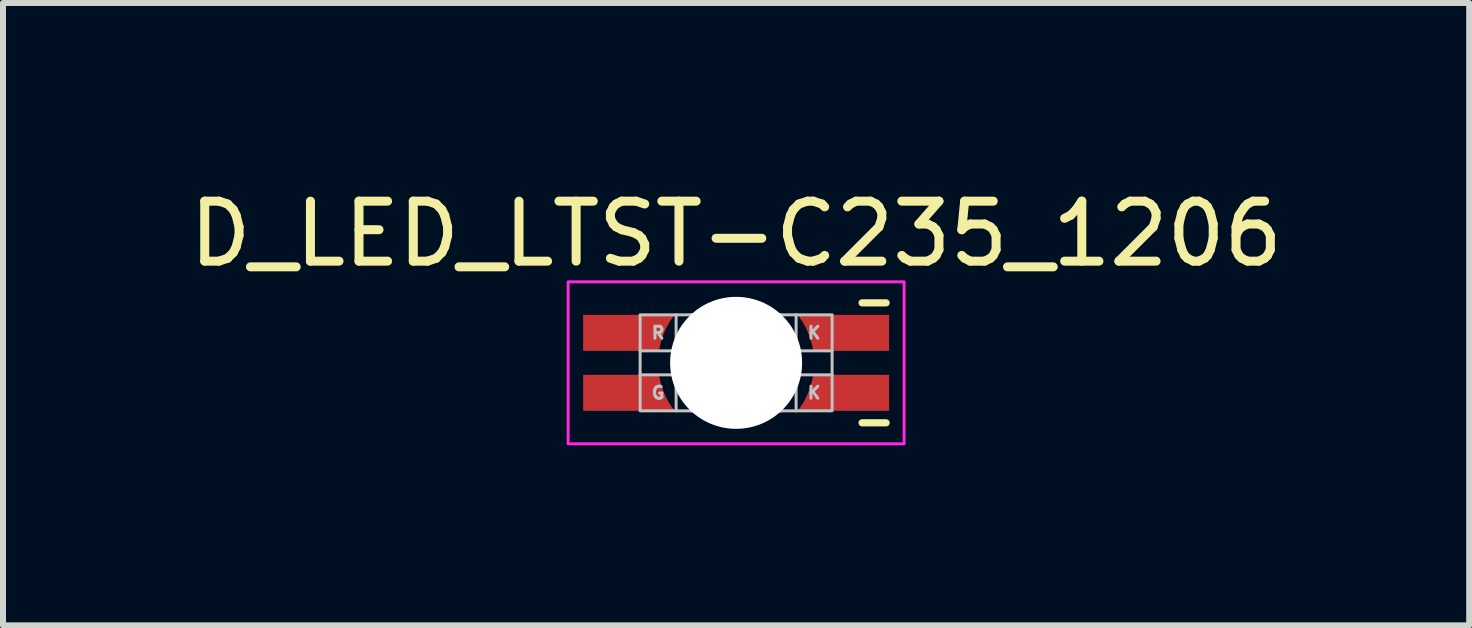
<source format=kicad_pcb>
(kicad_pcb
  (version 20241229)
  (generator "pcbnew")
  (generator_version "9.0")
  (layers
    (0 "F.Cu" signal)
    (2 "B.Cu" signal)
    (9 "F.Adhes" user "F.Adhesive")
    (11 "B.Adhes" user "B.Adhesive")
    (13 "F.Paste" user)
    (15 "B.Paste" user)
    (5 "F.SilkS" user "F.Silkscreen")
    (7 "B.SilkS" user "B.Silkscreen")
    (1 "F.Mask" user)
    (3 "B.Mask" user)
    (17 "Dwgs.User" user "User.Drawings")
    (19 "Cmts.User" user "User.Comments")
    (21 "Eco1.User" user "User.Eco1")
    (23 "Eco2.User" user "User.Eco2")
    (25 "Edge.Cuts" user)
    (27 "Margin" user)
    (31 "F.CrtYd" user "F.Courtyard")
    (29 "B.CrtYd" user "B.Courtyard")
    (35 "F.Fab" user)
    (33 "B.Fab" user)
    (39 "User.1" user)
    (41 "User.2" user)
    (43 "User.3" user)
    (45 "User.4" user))
  (footprint "D_LED_LTST-C235_1206"
    (layer "F.Cu")
    (at 9.22 2.998)
    (property "Reference" "D_LED_LTST-C235_1206" (at 0 -2.15 0) (unlocked yes) (layer "F.SilkS") (effects (font (size 1 1) (thickness 0.15))))
    (attr smd)
    (fp_line (start 2.5 -1) (end 2.1 -1) (stroke (width 0.12) (type solid)) (layer "F.SilkS"))
    (fp_line (start 2.5 1) (end 2.1 1) (stroke (width 0.12) (type solid)) (layer "F.SilkS"))
    (fp_line (start -1.6 -0.2) (end -1 -0.2) (stroke (width 0.05) (type solid)) (layer "Dwgs.User"))
    (fp_line (start -1 -0.2) (end -1 -0.8) (stroke (width 0.05) (type solid)) (layer "Dwgs.User"))
    (fp_line (start -1 0.2) (end -1.6 0.2) (stroke (width 0.05) (type solid)) (layer "Dwgs.User"))
    (fp_line (start -1 0.8) (end -1 0.2) (stroke (width 0.05) (type solid)) (layer "Dwgs.User"))
    (fp_line (start 1 -0.8) (end 1 -0.2) (stroke (width 0.05) (type solid)) (layer "Dwgs.User"))
    (fp_line (start 1 -0.2) (end 1.6 -0.2) (stroke (width 0.05) (type solid)) (layer "Dwgs.User"))
    (fp_line (start 1 0.2) (end 1 0.8) (stroke (width 0.05) (type solid)) (layer "Dwgs.User"))
    (fp_line (start 1.6 0.2) (end 1 0.2) (stroke (width 0.05) (type solid)) (layer "Dwgs.User"))
    (fp_rect (start -1.6 -0.8) (end 1.6 0.8) (stroke (width 0.05) (type solid)) (fill no) (layer "Dwgs.User"))
    (fp_rect (start -0.75 -0.8) (end 0.75 0.8) (stroke (width 0.05) (type solid)) (fill no) (layer "Dwgs.User"))
    (fp_rect (start -2.8 -1.35) (end 2.8 1.35) (stroke (width 0.05) (type solid)) (fill no) (layer "F.CrtYd"))
    (fp_text user "R" (at -1.3 -0.5 0) (unlocked yes) (layer "Dwgs.User") (effects (font (size 0.2 0.2) (thickness 0.05))))
    (fp_text user "K" (at 1.3 -0.5 0) (unlocked yes) (layer "Dwgs.User") (effects (font (size 0.2 0.2) (thickness 0.05))))
    (fp_text user "G" (at -1.3 0.5 0) (unlocked yes) (layer "Dwgs.User") (effects (font (size 0.2 0.2) (thickness 0.05))))
    (fp_text user "K" (at 1.3 0.5 0) (unlocked yes) (layer "Dwgs.User") (effects (font (size 0.2 0.2) (thickness 0.05))))
    (pad "" np_thru_hole circle (at 0 0) (size 2.2 2.2) (drill 2.2) (layers "*.Cu" "*.Mask"))
    (pad "1" smd custom (at 1.925 0.5 180) (size 1.25 0.6) (layers "F.Cu" "F.Mask" "F.Paste") (options (anchor rect)) (primitives (gr_poly (pts (xy 0.625 -0.3) (xy 0.625 0.3) (xy 0.64 0.3) (xy 0.649 0.25) (xy 0.66 0.2) (xy 0.673 0.15) (xy 0.688 0.1) (xy 0.705 0.05) (xy 0.725 0) (xy 0.747 -0.05) (xy 0.771 -0.1) (xy 0.798 -0.15) (xy 0.829 -0.2) (xy 0.863 -0.25) (xy 0.9 -0.3)) (width 0) (fill yes))))
    (pad "2" smd custom (at -1.925 0.5) (size 1.25 0.6) (layers "F.Cu" "F.Mask" "F.Paste") (options (anchor rect)) (primitives (gr_poly (pts (xy 0.625 0.3) (xy 0.625 -0.3) (xy 0.64 -0.3) (xy 0.649 -0.25) (xy 0.66 -0.2) (xy 0.673 -0.15) (xy 0.688 -0.1) (xy 0.705 -0.05) (xy 0.725 0) (xy 0.747 0.05) (xy 0.771 0.1) (xy 0.798 0.15) (xy 0.829 0.2) (xy 0.863 0.25) (xy 0.9 0.3)) (width 0) (fill yes))))
    (pad "3" smd custom (at -1.925 -0.5) (size 1.25 0.6) (layers "F.Cu" "F.Mask" "F.Paste") (options (anchor rect)) (primitives (gr_poly (pts (xy 0.625 -0.3) (xy 0.625 0.3) (xy 0.64 0.3) (xy 0.649 0.25) (xy 0.66 0.2) (xy 0.673 0.15) (xy 0.688 0.1) (xy 0.705 0.05) (xy 0.725 0) (xy 0.747 -0.05) (xy 0.771 -0.1) (xy 0.798 -0.15) (xy 0.829 -0.2) (xy 0.863 -0.25) (xy 0.9 -0.3)) (width 0) (fill yes))))
    (pad "4" smd custom (at 1.925 -0.5 180) (size 1.25 0.6) (layers "F.Cu" "F.Mask" "F.Paste") (options (anchor rect)) (primitives (gr_poly (pts (xy 0.625 0.3) (xy 0.625 -0.3) (xy 0.64 -0.3) (xy 0.649 -0.25) (xy 0.66 -0.2) (xy 0.673 -0.15) (xy 0.688 -0.1) (xy 0.705 -0.05) (xy 0.725 0) (xy 0.747 0.05) (xy 0.771 0.1) (xy 0.798 0.15) (xy 0.829 0.2) (xy 0.863 0.25) (xy 0.9 0.3)) (width 0) (fill yes)))))
  (gr_rect
    (start -3 -3)
    (end 21.44 7.373)
    (stroke (width 0.1) (type default))
    (fill no)
    (layer "Edge.Cuts")))
</source>
